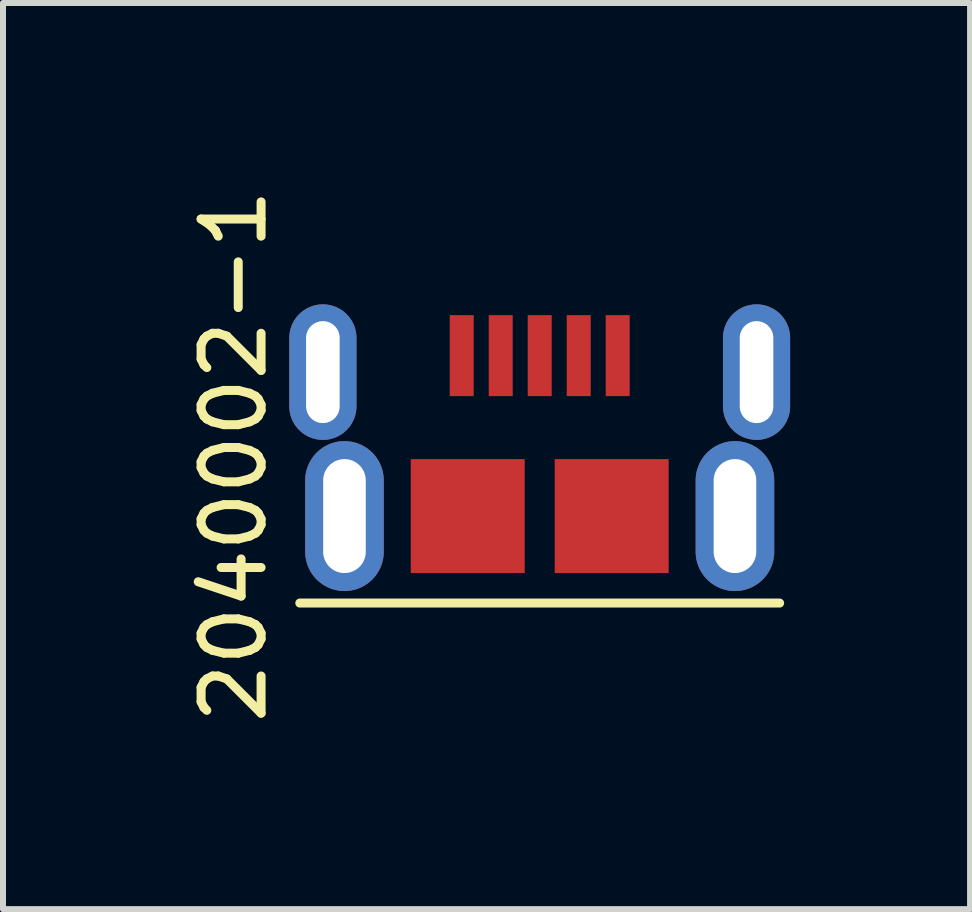
<source format=kicad_pcb>
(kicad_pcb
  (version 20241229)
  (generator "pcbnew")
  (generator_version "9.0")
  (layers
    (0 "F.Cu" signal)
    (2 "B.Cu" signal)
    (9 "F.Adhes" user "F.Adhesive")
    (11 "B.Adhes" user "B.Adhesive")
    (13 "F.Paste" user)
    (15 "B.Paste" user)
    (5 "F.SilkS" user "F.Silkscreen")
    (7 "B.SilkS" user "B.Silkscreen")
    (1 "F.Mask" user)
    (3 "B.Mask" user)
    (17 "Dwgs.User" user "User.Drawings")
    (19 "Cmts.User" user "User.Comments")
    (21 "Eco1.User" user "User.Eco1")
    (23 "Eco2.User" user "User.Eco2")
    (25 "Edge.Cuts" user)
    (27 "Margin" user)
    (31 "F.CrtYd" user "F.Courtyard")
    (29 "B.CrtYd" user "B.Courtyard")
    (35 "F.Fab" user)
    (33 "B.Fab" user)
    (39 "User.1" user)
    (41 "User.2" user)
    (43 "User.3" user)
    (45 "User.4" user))
  (footprint "2040002-1"
    (layer "F.Cu")
    (at 5.948 5.554)
    (property "Reference" "2040002-1" (at -5.1 -1 90) (layer "F.SilkS") (effects (font (size 1 1) (thickness 0.15))))
    (attr through_hole)
    (fp_line (start -4 1.45) (end 4 1.45) (stroke (width 0.15) (type solid)) (layer "F.SilkS"))
    (pad "1" smd rect (at -1.3 -2.675) (size 0.4 1.35) (layers "F.Cu" "F.Mask" "F.Paste"))
    (pad "2" smd rect (at -0.65 -2.675) (size 0.4 1.35) (layers "F.Cu" "F.Mask" "F.Paste"))
    (pad "3" smd rect (at 0 -2.675) (size 0.4 1.35) (layers "F.Cu" "F.Mask" "F.Paste"))
    (pad "4" smd rect (at 0.65 -2.675) (size 0.4 1.35) (layers "F.Cu" "F.Mask" "F.Paste"))
    (pad "5" smd rect (at 1.3 -2.675) (size 0.4 1.35) (layers "F.Cu" "F.Mask" "F.Paste"))
    (pad "6" thru_hole oval (at -3.615 -2.4) (size 1.12 2.26) (drill oval 0.56 1.7) (layers "*.Cu" "*.Mask"))
    (pad "6" thru_hole oval (at -3.255 0) (size 1.31 2.5) (drill oval 0.71 1.9) (layers "*.Cu" "*.Mask"))
    (pad "6" smd rect (at -1.2 0) (size 1.9 1.9) (layers "F.Cu" "F.Mask" "F.Paste"))
    (pad "6" smd rect (at 1.2 0) (size 1.9 1.9) (layers "F.Cu" "F.Mask" "F.Paste"))
    (pad "6" thru_hole oval (at 3.255 0) (size 1.31 2.5) (drill oval 0.71 1.9) (layers "*.Cu" "*.Mask"))
    (pad "6" thru_hole oval (at 3.615 -2.4) (size 1.12 2.26) (drill oval 0.56 1.7) (layers "*.Cu" "*.Mask")))
  (gr_rect
    (start -3 -3)
    (end 13.123 12.107)
    (stroke (width 0.1) (type default))
    (fill no)
    (layer "Edge.Cuts")))
</source>
